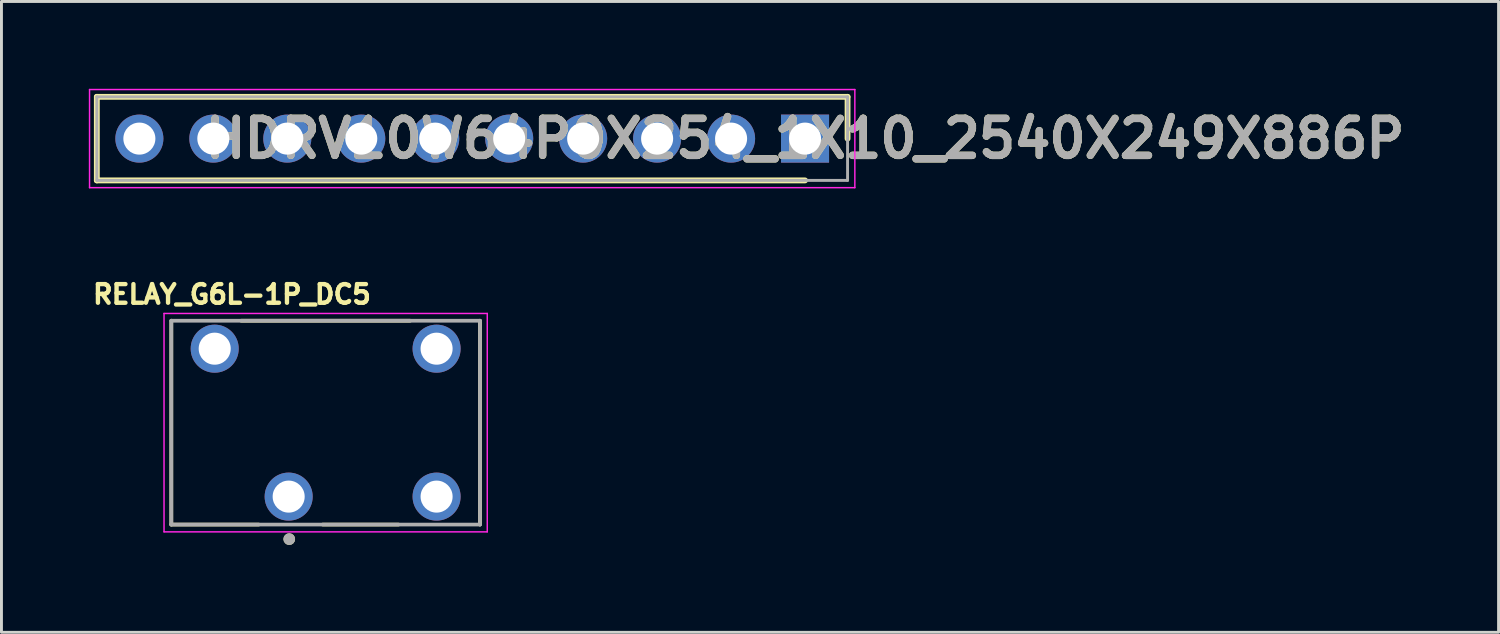
<source format=kicad_pcb>
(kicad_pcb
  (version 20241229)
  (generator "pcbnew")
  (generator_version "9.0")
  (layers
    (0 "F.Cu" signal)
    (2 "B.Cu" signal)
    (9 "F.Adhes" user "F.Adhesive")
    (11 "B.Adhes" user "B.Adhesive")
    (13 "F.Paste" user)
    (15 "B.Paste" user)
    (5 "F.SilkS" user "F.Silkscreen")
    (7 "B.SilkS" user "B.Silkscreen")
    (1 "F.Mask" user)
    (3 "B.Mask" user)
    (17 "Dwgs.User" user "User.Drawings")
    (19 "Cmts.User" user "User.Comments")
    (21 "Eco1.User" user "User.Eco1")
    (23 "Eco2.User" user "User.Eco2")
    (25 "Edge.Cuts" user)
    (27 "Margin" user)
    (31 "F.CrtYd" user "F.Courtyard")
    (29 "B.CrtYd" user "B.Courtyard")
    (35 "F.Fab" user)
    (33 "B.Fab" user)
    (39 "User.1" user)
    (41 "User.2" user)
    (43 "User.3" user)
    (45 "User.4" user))
  (footprint "RELAY_G6L-1P_DC5"
    (layer "F.Cu")
    (at 8.133 11.464)
    (property "Reference" "RELAY_G6L-1P_DC5" (at -3.218 -4.406 0) (layer "F.SilkS") (effects (font (size 0.64 0.64) (thickness 0.15))))
    (attr through_hole)
    (fp_line (start -5.3 -3.5) (end -5.3 3.5) (stroke (width 0.127) (type solid)) (layer "F.SilkS"))
    (fp_line (start -5.3 3.5) (end -2.3 3.5) (stroke (width 0.127) (type solid)) (layer "F.SilkS"))
    (fp_line (start -0.1 3.5) (end 2.5 3.5) (stroke (width 0.127) (type solid)) (layer "F.SilkS"))
    (fp_line (start 2.9 -3.5) (end -2.9 -3.5) (stroke (width 0.127) (type solid)) (layer "F.SilkS"))
    (fp_line (start 5.3 3.5) (end 5.3 -3.5) (stroke (width 0.127) (type solid)) (layer "F.SilkS"))
    (fp_circle (center -1.25 4) (end -1.15 4) (stroke (width 0.2) (type solid)) (fill no) (layer "F.SilkS"))
    (fp_line (start -5.55 -3.75) (end -5.55 3.75) (stroke (width 0.05) (type solid)) (layer "F.CrtYd"))
    (fp_line (start -5.55 3.75) (end 5.55 3.75) (stroke (width 0.05) (type solid)) (layer "F.CrtYd"))
    (fp_line (start 5.55 -3.75) (end -5.55 -3.75) (stroke (width 0.05) (type solid)) (layer "F.CrtYd"))
    (fp_line (start 5.55 3.75) (end 5.55 -3.75) (stroke (width 0.05) (type solid)) (layer "F.CrtYd"))
    (fp_line (start -5.3 -3.5) (end -5.3 3.5) (stroke (width 0.127) (type solid)) (layer "F.Fab"))
    (fp_line (start -5.3 3.5) (end 5.3 3.5) (stroke (width 0.127) (type solid)) (layer "F.Fab"))
    (fp_line (start 5.3 -3.5) (end -5.3 -3.5) (stroke (width 0.127) (type solid)) (layer "F.Fab"))
    (fp_line (start 5.3 3.5) (end 5.3 -3.5) (stroke (width 0.127) (type solid)) (layer "F.Fab"))
    (fp_circle (center -1.25 4) (end -1.15 4) (stroke (width 0.2) (type solid)) (fill no) (layer "F.Fab"))
    (pad "2" thru_hole circle (at -1.27 2.54) (size 1.65 1.65) (drill 1.1) (layers "*.Cu" "*.Mask"))
    (pad "4" thru_hole circle (at 3.81 2.54) (size 1.65 1.65) (drill 1.1) (layers "*.Cu" "*.Mask"))
    (pad "5" thru_hole circle (at 3.81 -2.54) (size 1.65 1.65) (drill 1.1) (layers "*.Cu" "*.Mask"))
    (pad "8" thru_hole circle (at -3.81 -2.54) (size 1.65 1.65) (drill 1.1) (layers "*.Cu" "*.Mask")))
  (footprint "HDRV10W64P0X254_1X10_2540X249X886P"
    (layer "F.Cu")
    (at 24.596 1.71)
    (property "Reference" "HDRV10W64P0X254_1X10_2540X249X886P" (at 0 0 0) (layer "F.SilkS") (effects (font (size 1.27 1.27) (thickness 0.254))))
    (attr through_hole)
    (fp_line (start -24.321 -1.435) (end 1.46 -1.435) (stroke (width 0.2) (type solid)) (layer "F.SilkS"))
    (fp_line (start -24.321 1.435) (end -24.321 -1.435) (stroke (width 0.2) (type solid)) (layer "F.SilkS"))
    (fp_line (start 0 1.435) (end -24.321 1.435) (stroke (width 0.2) (type solid)) (layer "F.SilkS"))
    (fp_line (start 1.46 -1.435) (end 1.46 0) (stroke (width 0.2) (type solid)) (layer "F.SilkS"))
    (fp_line (start -24.571 -1.685) (end 1.71 -1.685) (stroke (width 0.05) (type solid)) (layer "F.CrtYd"))
    (fp_line (start -24.571 1.685) (end -24.571 -1.685) (stroke (width 0.05) (type solid)) (layer "F.CrtYd"))
    (fp_line (start 1.71 -1.685) (end 1.71 1.685) (stroke (width 0.05) (type solid)) (layer "F.CrtYd"))
    (fp_line (start 1.71 1.685) (end -24.571 1.685) (stroke (width 0.05) (type solid)) (layer "F.CrtYd"))
    (fp_line (start -24.321 -1.435) (end 1.46 -1.435) (stroke (width 0.1) (type solid)) (layer "F.Fab"))
    (fp_line (start -24.321 1.435) (end -24.321 -1.435) (stroke (width 0.1) (type solid)) (layer "F.Fab"))
    (fp_line (start 1.46 -1.435) (end 1.46 1.435) (stroke (width 0.1) (type solid)) (layer "F.Fab"))
    (fp_line (start 1.46 1.435) (end -24.321 1.435) (stroke (width 0.1) (type solid)) (layer "F.Fab"))
    (fp_text user "${REFERENCE}" (at 0 0 0) (layer "F.Fab") (effects (font (size 1.27 1.27) (thickness 0.254))))
    (pad "1" thru_hole rect (at 0 0) (size 1.65 1.65) (drill 1.1) (layers "*.Cu" "*.Mask"))
    (pad "2" thru_hole circle (at -2.54 0) (size 1.65 1.65) (drill 1.1) (layers "*.Cu" "*.Mask"))
    (pad "3" thru_hole circle (at -5.08 0) (size 1.65 1.65) (drill 1.1) (layers "*.Cu" "*.Mask"))
    (pad "4" thru_hole circle (at -7.62 0) (size 1.65 1.65) (drill 1.1) (layers "*.Cu" "*.Mask"))
    (pad "5" thru_hole circle (at -10.16 0) (size 1.65 1.65) (drill 1.1) (layers "*.Cu" "*.Mask"))
    (pad "6" thru_hole circle (at -12.7 0) (size 1.65 1.65) (drill 1.1) (layers "*.Cu" "*.Mask"))
    (pad "7" thru_hole circle (at -15.24 0) (size 1.65 1.65) (drill 1.1) (layers "*.Cu" "*.Mask"))
    (pad "8" thru_hole circle (at -17.78 0) (size 1.65 1.65) (drill 1.1) (layers "*.Cu" "*.Mask"))
    (pad "9" thru_hole circle (at -20.32 0) (size 1.65 1.65) (drill 1.1) (layers "*.Cu" "*.Mask"))
    (pad "10" thru_hole circle (at -22.86 0) (size 1.65 1.65) (drill 1.1) (layers "*.Cu" "*.Mask")))
  (gr_rect
    (start -3 -3)
    (end 48.412 18.664)
    (stroke (width 0.1) (type default))
    (fill no)
    (layer "Edge.Cuts")))
</source>
